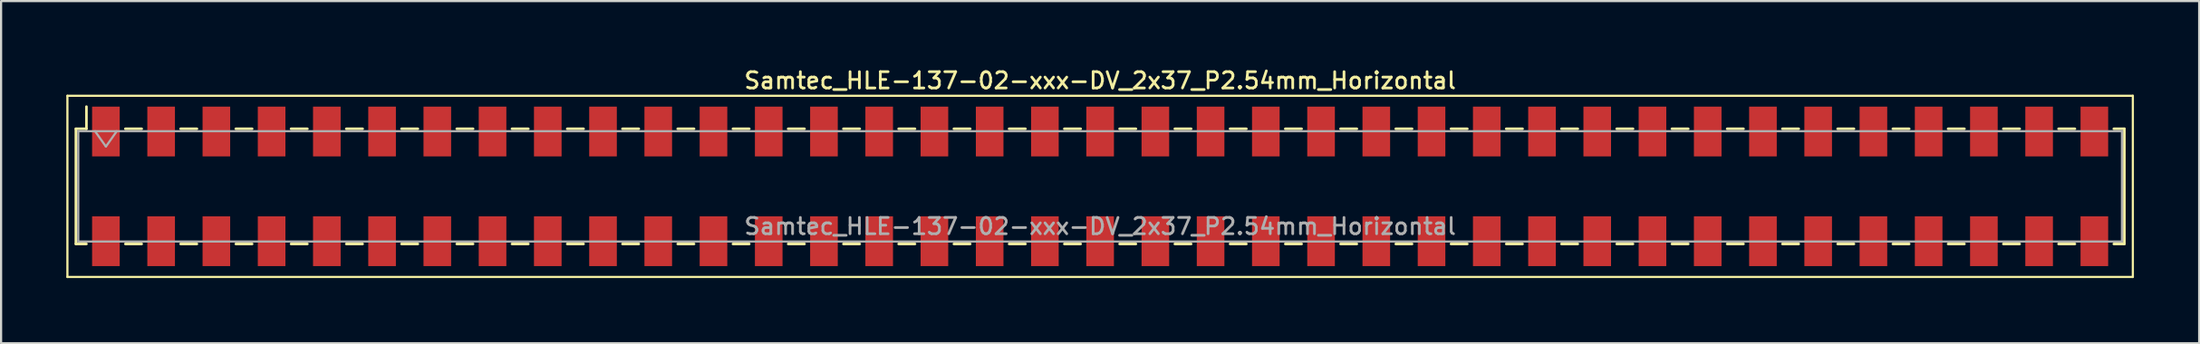
<source format=kicad_pcb>
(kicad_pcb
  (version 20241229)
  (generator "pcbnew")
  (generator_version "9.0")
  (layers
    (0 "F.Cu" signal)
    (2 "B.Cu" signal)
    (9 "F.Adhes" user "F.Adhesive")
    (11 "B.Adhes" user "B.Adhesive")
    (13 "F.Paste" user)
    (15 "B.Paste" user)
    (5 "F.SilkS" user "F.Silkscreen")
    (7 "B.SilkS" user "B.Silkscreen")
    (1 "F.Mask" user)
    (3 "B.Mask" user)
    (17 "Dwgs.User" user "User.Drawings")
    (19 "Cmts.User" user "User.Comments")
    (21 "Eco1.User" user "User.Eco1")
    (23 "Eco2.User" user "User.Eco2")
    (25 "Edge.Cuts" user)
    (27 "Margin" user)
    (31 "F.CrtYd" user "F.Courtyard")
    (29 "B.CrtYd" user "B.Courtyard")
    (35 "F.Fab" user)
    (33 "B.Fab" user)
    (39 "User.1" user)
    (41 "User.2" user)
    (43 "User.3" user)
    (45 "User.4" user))
  (footprint "Samtec_HLE-137-02-xxx-DV_2x37_P2.54mm_Horizontal"
    (layer "F.Cu")
    (at 47.54 5.528)
    (property "Reference" "Samtec_HLE-137-02-xxx-DV_2x37_P2.54mm_Horizontal" (at 0 -4.87 0) (layer "F.SilkS") (effects (font (size 0.75 0.75) (thickness 0.125))))
    (attr smd)
    (fp_line (start -47.49 -4.17) (end 47.49 -4.17) (stroke (width 0.1) (type solid)) (layer "F.SilkS"))
    (fp_line (start -47.49 4.17) (end -47.49 -4.17) (stroke (width 0.1) (type solid)) (layer "F.SilkS"))
    (fp_line (start -47.1 -2.65) (end -47.1 2.65) (stroke (width 0.12) (type solid)) (layer "F.SilkS"))
    (fp_line (start -47.1 2.65) (end -46.615 2.65) (stroke (width 0.12) (type solid)) (layer "F.SilkS"))
    (fp_line (start -46.615 -3.67) (end -46.615 -2.65) (stroke (width 0.12) (type solid)) (layer "F.SilkS"))
    (fp_line (start -46.615 -2.65) (end -47.1 -2.65) (stroke (width 0.12) (type solid)) (layer "F.SilkS"))
    (fp_line (start -44.825 -2.65) (end -44.075 -2.65) (stroke (width 0.12) (type solid)) (layer "F.SilkS"))
    (fp_line (start -44.825 2.65) (end -44.075 2.65) (stroke (width 0.12) (type solid)) (layer "F.SilkS"))
    (fp_line (start -42.285 -2.65) (end -41.535 -2.65) (stroke (width 0.12) (type solid)) (layer "F.SilkS"))
    (fp_line (start -42.285 2.65) (end -41.535 2.65) (stroke (width 0.12) (type solid)) (layer "F.SilkS"))
    (fp_line (start -39.745 -2.65) (end -38.995 -2.65) (stroke (width 0.12) (type solid)) (layer "F.SilkS"))
    (fp_line (start -39.745 2.65) (end -38.995 2.65) (stroke (width 0.12) (type solid)) (layer "F.SilkS"))
    (fp_line (start -37.205 -2.65) (end -36.455 -2.65) (stroke (width 0.12) (type solid)) (layer "F.SilkS"))
    (fp_line (start -37.205 2.65) (end -36.455 2.65) (stroke (width 0.12) (type solid)) (layer "F.SilkS"))
    (fp_line (start -34.665 -2.65) (end -33.915 -2.65) (stroke (width 0.12) (type solid)) (layer "F.SilkS"))
    (fp_line (start -34.665 2.65) (end -33.915 2.65) (stroke (width 0.12) (type solid)) (layer "F.SilkS"))
    (fp_line (start -32.125 -2.65) (end -31.375 -2.65) (stroke (width 0.12) (type solid)) (layer "F.SilkS"))
    (fp_line (start -32.125 2.65) (end -31.375 2.65) (stroke (width 0.12) (type solid)) (layer "F.SilkS"))
    (fp_line (start -29.585 -2.65) (end -28.835 -2.65) (stroke (width 0.12) (type solid)) (layer "F.SilkS"))
    (fp_line (start -29.585 2.65) (end -28.835 2.65) (stroke (width 0.12) (type solid)) (layer "F.SilkS"))
    (fp_line (start -27.045 -2.65) (end -26.295 -2.65) (stroke (width 0.12) (type solid)) (layer "F.SilkS"))
    (fp_line (start -27.045 2.65) (end -26.295 2.65) (stroke (width 0.12) (type solid)) (layer "F.SilkS"))
    (fp_line (start -24.505 -2.65) (end -23.755 -2.65) (stroke (width 0.12) (type solid)) (layer "F.SilkS"))
    (fp_line (start -24.505 2.65) (end -23.755 2.65) (stroke (width 0.12) (type solid)) (layer "F.SilkS"))
    (fp_line (start -21.965 -2.65) (end -21.215 -2.65) (stroke (width 0.12) (type solid)) (layer "F.SilkS"))
    (fp_line (start -21.965 2.65) (end -21.215 2.65) (stroke (width 0.12) (type solid)) (layer "F.SilkS"))
    (fp_line (start -19.425 -2.65) (end -18.675 -2.65) (stroke (width 0.12) (type solid)) (layer "F.SilkS"))
    (fp_line (start -19.425 2.65) (end -18.675 2.65) (stroke (width 0.12) (type solid)) (layer "F.SilkS"))
    (fp_line (start -16.885 -2.65) (end -16.135 -2.65) (stroke (width 0.12) (type solid)) (layer "F.SilkS"))
    (fp_line (start -16.885 2.65) (end -16.135 2.65) (stroke (width 0.12) (type solid)) (layer "F.SilkS"))
    (fp_line (start -14.345 -2.65) (end -13.595 -2.65) (stroke (width 0.12) (type solid)) (layer "F.SilkS"))
    (fp_line (start -14.345 2.65) (end -13.595 2.65) (stroke (width 0.12) (type solid)) (layer "F.SilkS"))
    (fp_line (start -11.805 -2.65) (end -11.055 -2.65) (stroke (width 0.12) (type solid)) (layer "F.SilkS"))
    (fp_line (start -11.805 2.65) (end -11.055 2.65) (stroke (width 0.12) (type solid)) (layer "F.SilkS"))
    (fp_line (start -9.265 -2.65) (end -8.515 -2.65) (stroke (width 0.12) (type solid)) (layer "F.SilkS"))
    (fp_line (start -9.265 2.65) (end -8.515 2.65) (stroke (width 0.12) (type solid)) (layer "F.SilkS"))
    (fp_line (start -6.725 -2.65) (end -5.975 -2.65) (stroke (width 0.12) (type solid)) (layer "F.SilkS"))
    (fp_line (start -6.725 2.65) (end -5.975 2.65) (stroke (width 0.12) (type solid)) (layer "F.SilkS"))
    (fp_line (start -4.185 -2.65) (end -3.435 -2.65) (stroke (width 0.12) (type solid)) (layer "F.SilkS"))
    (fp_line (start -4.185 2.65) (end -3.435 2.65) (stroke (width 0.12) (type solid)) (layer "F.SilkS"))
    (fp_line (start -1.645 -2.65) (end -0.895 -2.65) (stroke (width 0.12) (type solid)) (layer "F.SilkS"))
    (fp_line (start -1.645 2.65) (end -0.895 2.65) (stroke (width 0.12) (type solid)) (layer "F.SilkS"))
    (fp_line (start 0.895 -2.65) (end 1.645 -2.65) (stroke (width 0.12) (type solid)) (layer "F.SilkS"))
    (fp_line (start 0.895 2.65) (end 1.645 2.65) (stroke (width 0.12) (type solid)) (layer "F.SilkS"))
    (fp_line (start 3.435 -2.65) (end 4.185 -2.65) (stroke (width 0.12) (type solid)) (layer "F.SilkS"))
    (fp_line (start 3.435 2.65) (end 4.185 2.65) (stroke (width 0.12) (type solid)) (layer "F.SilkS"))
    (fp_line (start 5.975 -2.65) (end 6.725 -2.65) (stroke (width 0.12) (type solid)) (layer "F.SilkS"))
    (fp_line (start 5.975 2.65) (end 6.725 2.65) (stroke (width 0.12) (type solid)) (layer "F.SilkS"))
    (fp_line (start 8.515 -2.65) (end 9.265 -2.65) (stroke (width 0.12) (type solid)) (layer "F.SilkS"))
    (fp_line (start 8.515 2.65) (end 9.265 2.65) (stroke (width 0.12) (type solid)) (layer "F.SilkS"))
    (fp_line (start 11.055 -2.65) (end 11.805 -2.65) (stroke (width 0.12) (type solid)) (layer "F.SilkS"))
    (fp_line (start 11.055 2.65) (end 11.805 2.65) (stroke (width 0.12) (type solid)) (layer "F.SilkS"))
    (fp_line (start 13.595 -2.65) (end 14.345 -2.65) (stroke (width 0.12) (type solid)) (layer "F.SilkS"))
    (fp_line (start 13.595 2.65) (end 14.345 2.65) (stroke (width 0.12) (type solid)) (layer "F.SilkS"))
    (fp_line (start 16.135 -2.65) (end 16.885 -2.65) (stroke (width 0.12) (type solid)) (layer "F.SilkS"))
    (fp_line (start 16.135 2.65) (end 16.885 2.65) (stroke (width 0.12) (type solid)) (layer "F.SilkS"))
    (fp_line (start 18.675 -2.65) (end 19.425 -2.65) (stroke (width 0.12) (type solid)) (layer "F.SilkS"))
    (fp_line (start 18.675 2.65) (end 19.425 2.65) (stroke (width 0.12) (type solid)) (layer "F.SilkS"))
    (fp_line (start 21.215 -2.65) (end 21.965 -2.65) (stroke (width 0.12) (type solid)) (layer "F.SilkS"))
    (fp_line (start 21.215 2.65) (end 21.965 2.65) (stroke (width 0.12) (type solid)) (layer "F.SilkS"))
    (fp_line (start 23.755 -2.65) (end 24.505 -2.65) (stroke (width 0.12) (type solid)) (layer "F.SilkS"))
    (fp_line (start 23.755 2.65) (end 24.505 2.65) (stroke (width 0.12) (type solid)) (layer "F.SilkS"))
    (fp_line (start 26.295 -2.65) (end 27.045 -2.65) (stroke (width 0.12) (type solid)) (layer "F.SilkS"))
    (fp_line (start 26.295 2.65) (end 27.045 2.65) (stroke (width 0.12) (type solid)) (layer "F.SilkS"))
    (fp_line (start 28.835 -2.65) (end 29.585 -2.65) (stroke (width 0.12) (type solid)) (layer "F.SilkS"))
    (fp_line (start 28.835 2.65) (end 29.585 2.65) (stroke (width 0.12) (type solid)) (layer "F.SilkS"))
    (fp_line (start 31.375 -2.65) (end 32.125 -2.65) (stroke (width 0.12) (type solid)) (layer "F.SilkS"))
    (fp_line (start 31.375 2.65) (end 32.125 2.65) (stroke (width 0.12) (type solid)) (layer "F.SilkS"))
    (fp_line (start 33.915 -2.65) (end 34.665 -2.65) (stroke (width 0.12) (type solid)) (layer "F.SilkS"))
    (fp_line (start 33.915 2.65) (end 34.665 2.65) (stroke (width 0.12) (type solid)) (layer "F.SilkS"))
    (fp_line (start 36.455 -2.65) (end 37.205 -2.65) (stroke (width 0.12) (type solid)) (layer "F.SilkS"))
    (fp_line (start 36.455 2.65) (end 37.205 2.65) (stroke (width 0.12) (type solid)) (layer "F.SilkS"))
    (fp_line (start 38.995 -2.65) (end 39.745 -2.65) (stroke (width 0.12) (type solid)) (layer "F.SilkS"))
    (fp_line (start 38.995 2.65) (end 39.745 2.65) (stroke (width 0.12) (type solid)) (layer "F.SilkS"))
    (fp_line (start 41.535 -2.65) (end 42.285 -2.65) (stroke (width 0.12) (type solid)) (layer "F.SilkS"))
    (fp_line (start 41.535 2.65) (end 42.285 2.65) (stroke (width 0.12) (type solid)) (layer "F.SilkS"))
    (fp_line (start 44.075 -2.65) (end 44.825 -2.65) (stroke (width 0.12) (type solid)) (layer "F.SilkS"))
    (fp_line (start 44.075 2.65) (end 44.825 2.65) (stroke (width 0.12) (type solid)) (layer "F.SilkS"))
    (fp_line (start 46.615 -2.65) (end 47.1 -2.65) (stroke (width 0.12) (type solid)) (layer "F.SilkS"))
    (fp_line (start 47.1 -2.65) (end 47.1 2.65) (stroke (width 0.12) (type solid)) (layer "F.SilkS"))
    (fp_line (start 47.1 2.65) (end 46.615 2.65) (stroke (width 0.12) (type solid)) (layer "F.SilkS"))
    (fp_line (start 47.49 -4.17) (end 47.49 4.17) (stroke (width 0.1) (type solid)) (layer "F.SilkS"))
    (fp_line (start 47.49 4.17) (end -47.49 4.17) (stroke (width 0.1) (type solid)) (layer "F.SilkS"))
    (fp_line (start -46.99 -2.54) (end 46.99 -2.54) (stroke (width 0.1) (type solid)) (layer "F.Fab"))
    (fp_line (start -46.99 2.54) (end -46.99 -2.54) (stroke (width 0.1) (type solid)) (layer "F.Fab"))
    (fp_line (start -46.22 -2.54) (end -45.72 -1.833) (stroke (width 0.1) (type solid)) (layer "F.Fab"))
    (fp_line (start -45.72 -1.833) (end -45.22 -2.54) (stroke (width 0.1) (type solid)) (layer "F.Fab"))
    (fp_line (start 46.99 -2.54) (end 46.99 2.54) (stroke (width 0.1) (type solid)) (layer "F.Fab"))
    (fp_line (start 46.99 2.54) (end -46.99 2.54) (stroke (width 0.1) (type solid)) (layer "F.Fab"))
    (fp_text user "${REFERENCE}" (at 0 1.84 0) (layer "F.Fab") (effects (font (size 0.75 0.75) (thickness 0.125))))
    (pad "1" smd rect (at -45.72 -2.525) (size 1.27 2.29) (layers "F.Cu" "F.Mask" "F.Paste"))
    (pad "2" smd rect (at -45.72 2.525) (size 1.27 2.29) (layers "F.Cu" "F.Mask" "F.Paste"))
    (pad "3" smd rect (at -43.18 -2.525) (size 1.27 2.29) (layers "F.Cu" "F.Mask" "F.Paste"))
    (pad "4" smd rect (at -43.18 2.525) (size 1.27 2.29) (layers "F.Cu" "F.Mask" "F.Paste"))
    (pad "5" smd rect (at -40.64 -2.525) (size 1.27 2.29) (layers "F.Cu" "F.Mask" "F.Paste"))
    (pad "6" smd rect (at -40.64 2.525) (size 1.27 2.29) (layers "F.Cu" "F.Mask" "F.Paste"))
    (pad "7" smd rect (at -38.1 -2.525) (size 1.27 2.29) (layers "F.Cu" "F.Mask" "F.Paste"))
    (pad "8" smd rect (at -38.1 2.525) (size 1.27 2.29) (layers "F.Cu" "F.Mask" "F.Paste"))
    (pad "9" smd rect (at -35.56 -2.525) (size 1.27 2.29) (layers "F.Cu" "F.Mask" "F.Paste"))
    (pad "10" smd rect (at -35.56 2.525) (size 1.27 2.29) (layers "F.Cu" "F.Mask" "F.Paste"))
    (pad "11" smd rect (at -33.02 -2.525) (size 1.27 2.29) (layers "F.Cu" "F.Mask" "F.Paste"))
    (pad "12" smd rect (at -33.02 2.525) (size 1.27 2.29) (layers "F.Cu" "F.Mask" "F.Paste"))
    (pad "13" smd rect (at -30.48 -2.525) (size 1.27 2.29) (layers "F.Cu" "F.Mask" "F.Paste"))
    (pad "14" smd rect (at -30.48 2.525) (size 1.27 2.29) (layers "F.Cu" "F.Mask" "F.Paste"))
    (pad "15" smd rect (at -27.94 -2.525) (size 1.27 2.29) (layers "F.Cu" "F.Mask" "F.Paste"))
    (pad "16" smd rect (at -27.94 2.525) (size 1.27 2.29) (layers "F.Cu" "F.Mask" "F.Paste"))
    (pad "17" smd rect (at -25.4 -2.525) (size 1.27 2.29) (layers "F.Cu" "F.Mask" "F.Paste"))
    (pad "18" smd rect (at -25.4 2.525) (size 1.27 2.29) (layers "F.Cu" "F.Mask" "F.Paste"))
    (pad "19" smd rect (at -22.86 -2.525) (size 1.27 2.29) (layers "F.Cu" "F.Mask" "F.Paste"))
    (pad "20" smd rect (at -22.86 2.525) (size 1.27 2.29) (layers "F.Cu" "F.Mask" "F.Paste"))
    (pad "21" smd rect (at -20.32 -2.525) (size 1.27 2.29) (layers "F.Cu" "F.Mask" "F.Paste"))
    (pad "22" smd rect (at -20.32 2.525) (size 1.27 2.29) (layers "F.Cu" "F.Mask" "F.Paste"))
    (pad "23" smd rect (at -17.78 -2.525) (size 1.27 2.29) (layers "F.Cu" "F.Mask" "F.Paste"))
    (pad "24" smd rect (at -17.78 2.525) (size 1.27 2.29) (layers "F.Cu" "F.Mask" "F.Paste"))
    (pad "25" smd rect (at -15.24 -2.525) (size 1.27 2.29) (layers "F.Cu" "F.Mask" "F.Paste"))
    (pad "26" smd rect (at -15.24 2.525) (size 1.27 2.29) (layers "F.Cu" "F.Mask" "F.Paste"))
    (pad "27" smd rect (at -12.7 -2.525) (size 1.27 2.29) (layers "F.Cu" "F.Mask" "F.Paste"))
    (pad "28" smd rect (at -12.7 2.525) (size 1.27 2.29) (layers "F.Cu" "F.Mask" "F.Paste"))
    (pad "29" smd rect (at -10.16 -2.525) (size 1.27 2.29) (layers "F.Cu" "F.Mask" "F.Paste"))
    (pad "30" smd rect (at -10.16 2.525) (size 1.27 2.29) (layers "F.Cu" "F.Mask" "F.Paste"))
    (pad "31" smd rect (at -7.62 -2.525) (size 1.27 2.29) (layers "F.Cu" "F.Mask" "F.Paste"))
    (pad "32" smd rect (at -7.62 2.525) (size 1.27 2.29) (layers "F.Cu" "F.Mask" "F.Paste"))
    (pad "33" smd rect (at -5.08 -2.525) (size 1.27 2.29) (layers "F.Cu" "F.Mask" "F.Paste"))
    (pad "34" smd rect (at -5.08 2.525) (size 1.27 2.29) (layers "F.Cu" "F.Mask" "F.Paste"))
    (pad "35" smd rect (at -2.54 -2.525) (size 1.27 2.29) (layers "F.Cu" "F.Mask" "F.Paste"))
    (pad "36" smd rect (at -2.54 2.525) (size 1.27 2.29) (layers "F.Cu" "F.Mask" "F.Paste"))
    (pad "37" smd rect (at 0 -2.525) (size 1.27 2.29) (layers "F.Cu" "F.Mask" "F.Paste"))
    (pad "38" smd rect (at 0 2.525) (size 1.27 2.29) (layers "F.Cu" "F.Mask" "F.Paste"))
    (pad "39" smd rect (at 2.54 -2.525) (size 1.27 2.29) (layers "F.Cu" "F.Mask" "F.Paste"))
    (pad "40" smd rect (at 2.54 2.525) (size 1.27 2.29) (layers "F.Cu" "F.Mask" "F.Paste"))
    (pad "41" smd rect (at 5.08 -2.525) (size 1.27 2.29) (layers "F.Cu" "F.Mask" "F.Paste"))
    (pad "42" smd rect (at 5.08 2.525) (size 1.27 2.29) (layers "F.Cu" "F.Mask" "F.Paste"))
    (pad "43" smd rect (at 7.62 -2.525) (size 1.27 2.29) (layers "F.Cu" "F.Mask" "F.Paste"))
    (pad "44" smd rect (at 7.62 2.525) (size 1.27 2.29) (layers "F.Cu" "F.Mask" "F.Paste"))
    (pad "45" smd rect (at 10.16 -2.525) (size 1.27 2.29) (layers "F.Cu" "F.Mask" "F.Paste"))
    (pad "46" smd rect (at 10.16 2.525) (size 1.27 2.29) (layers "F.Cu" "F.Mask" "F.Paste"))
    (pad "47" smd rect (at 12.7 -2.525) (size 1.27 2.29) (layers "F.Cu" "F.Mask" "F.Paste"))
    (pad "48" smd rect (at 12.7 2.525) (size 1.27 2.29) (layers "F.Cu" "F.Mask" "F.Paste"))
    (pad "49" smd rect (at 15.24 -2.525) (size 1.27 2.29) (layers "F.Cu" "F.Mask" "F.Paste"))
    (pad "50" smd rect (at 15.24 2.525) (size 1.27 2.29) (layers "F.Cu" "F.Mask" "F.Paste"))
    (pad "51" smd rect (at 17.78 -2.525) (size 1.27 2.29) (layers "F.Cu" "F.Mask" "F.Paste"))
    (pad "52" smd rect (at 17.78 2.525) (size 1.27 2.29) (layers "F.Cu" "F.Mask" "F.Paste"))
    (pad "53" smd rect (at 20.32 -2.525) (size 1.27 2.29) (layers "F.Cu" "F.Mask" "F.Paste"))
    (pad "54" smd rect (at 20.32 2.525) (size 1.27 2.29) (layers "F.Cu" "F.Mask" "F.Paste"))
    (pad "55" smd rect (at 22.86 -2.525) (size 1.27 2.29) (layers "F.Cu" "F.Mask" "F.Paste"))
    (pad "56" smd rect (at 22.86 2.525) (size 1.27 2.29) (layers "F.Cu" "F.Mask" "F.Paste"))
    (pad "57" smd rect (at 25.4 -2.525) (size 1.27 2.29) (layers "F.Cu" "F.Mask" "F.Paste"))
    (pad "58" smd rect (at 25.4 2.525) (size 1.27 2.29) (layers "F.Cu" "F.Mask" "F.Paste"))
    (pad "59" smd rect (at 27.94 -2.525) (size 1.27 2.29) (layers "F.Cu" "F.Mask" "F.Paste"))
    (pad "60" smd rect (at 27.94 2.525) (size 1.27 2.29) (layers "F.Cu" "F.Mask" "F.Paste"))
    (pad "61" smd rect (at 30.48 -2.525) (size 1.27 2.29) (layers "F.Cu" "F.Mask" "F.Paste"))
    (pad "62" smd rect (at 30.48 2.525) (size 1.27 2.29) (layers "F.Cu" "F.Mask" "F.Paste"))
    (pad "63" smd rect (at 33.02 -2.525) (size 1.27 2.29) (layers "F.Cu" "F.Mask" "F.Paste"))
    (pad "64" smd rect (at 33.02 2.525) (size 1.27 2.29) (layers "F.Cu" "F.Mask" "F.Paste"))
    (pad "65" smd rect (at 35.56 -2.525) (size 1.27 2.29) (layers "F.Cu" "F.Mask" "F.Paste"))
    (pad "66" smd rect (at 35.56 2.525) (size 1.27 2.29) (layers "F.Cu" "F.Mask" "F.Paste"))
    (pad "67" smd rect (at 38.1 -2.525) (size 1.27 2.29) (layers "F.Cu" "F.Mask" "F.Paste"))
    (pad "68" smd rect (at 38.1 2.525) (size 1.27 2.29) (layers "F.Cu" "F.Mask" "F.Paste"))
    (pad "69" smd rect (at 40.64 -2.525) (size 1.27 2.29) (layers "F.Cu" "F.Mask" "F.Paste"))
    (pad "70" smd rect (at 40.64 2.525) (size 1.27 2.29) (layers "F.Cu" "F.Mask" "F.Paste"))
    (pad "71" smd rect (at 43.18 -2.525) (size 1.27 2.29) (layers "F.Cu" "F.Mask" "F.Paste"))
    (pad "72" smd rect (at 43.18 2.525) (size 1.27 2.29) (layers "F.Cu" "F.Mask" "F.Paste"))
    (pad "73" smd rect (at 45.72 -2.525) (size 1.27 2.29) (layers "F.Cu" "F.Mask" "F.Paste"))
    (pad "74" smd rect (at 45.72 2.525) (size 1.27 2.29) (layers "F.Cu" "F.Mask" "F.Paste")))
  (gr_rect
    (start -3 -3)
    (end 98.08 12.748)
    (stroke (width 0.1) (type default))
    (fill no)
    (layer "Edge.Cuts")))
</source>
